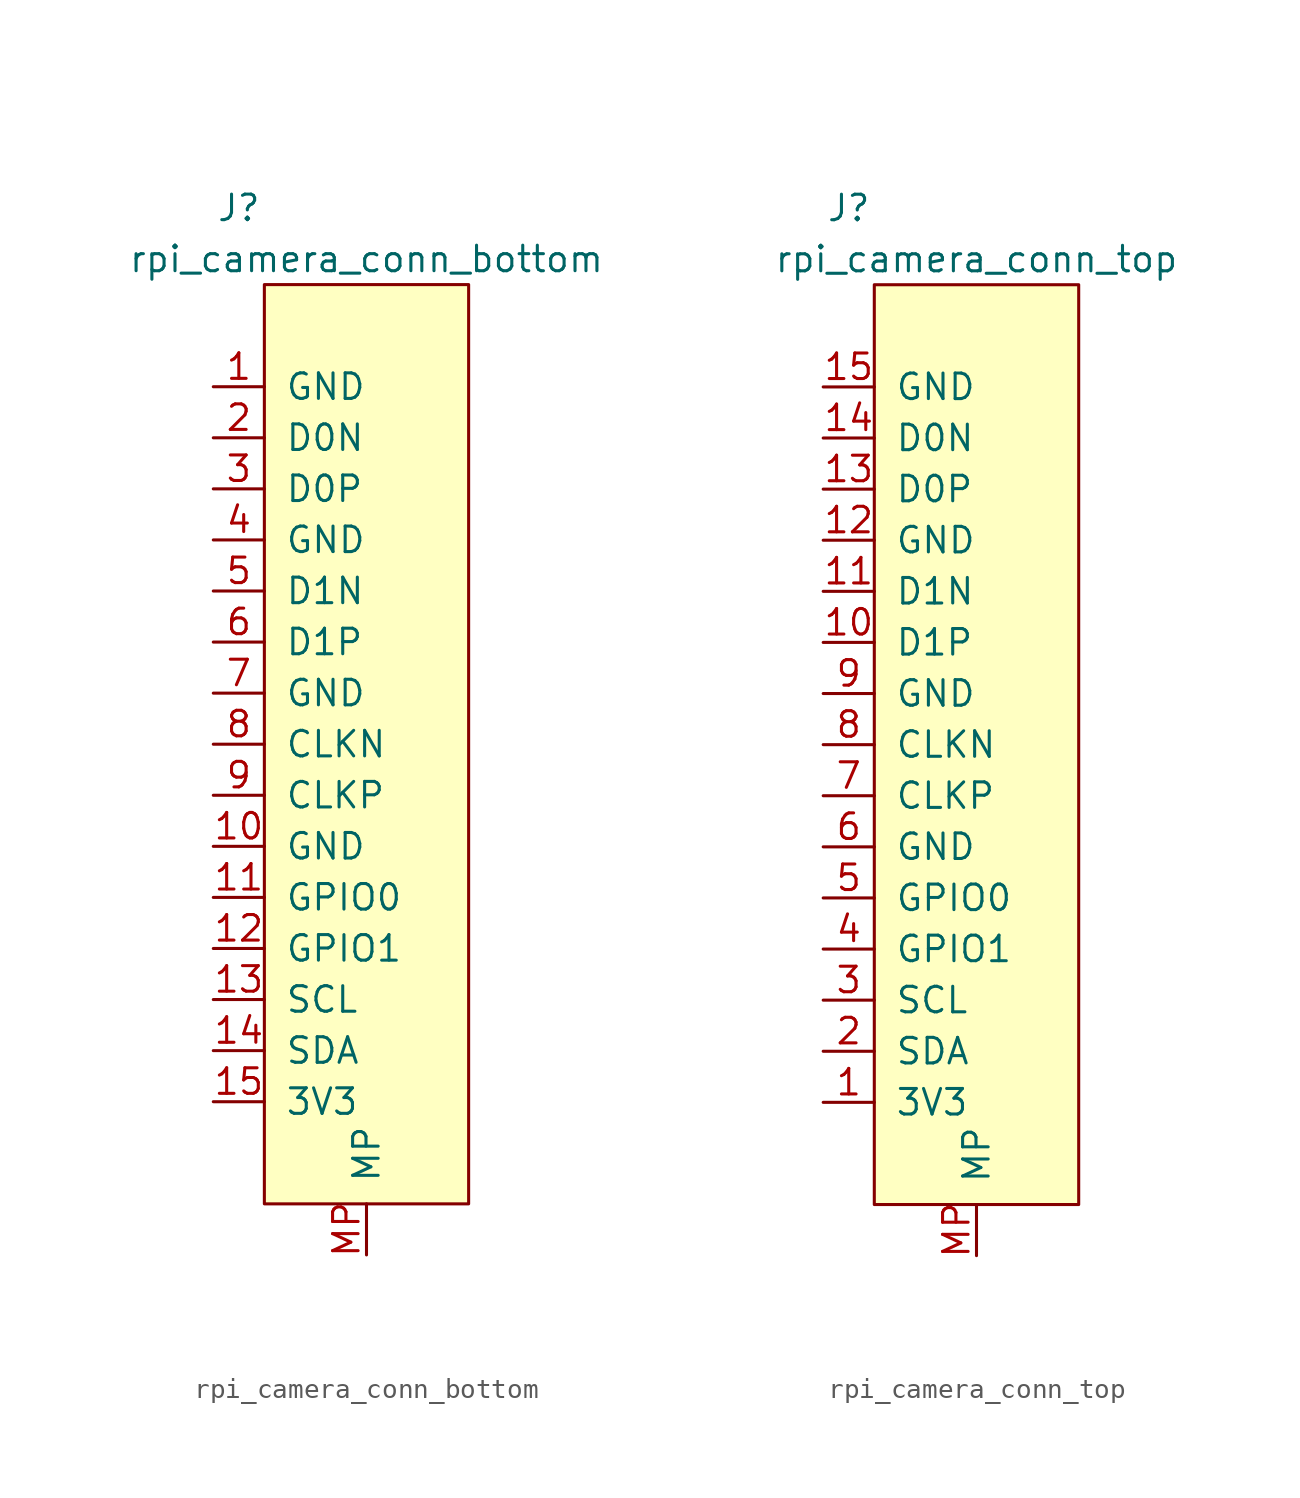
<source format=kicad_sym>
(kicad_symbol_lib
  (version 20211014)
  (generator kicad_symbol_editor)
  (symbol "rpi_camera_conn_bottom"
    (pin_names
      (offset 1.016))
    (property "Reference" "J"
      (at -6.35 26.67 0)
      (effects (font (size 1.27 1.27))))
    (property "Value" "rpi_camera_conn_bottom"
      (at 0 24.13 0)
      (effects (font (size 1.27 1.27))))
    (symbol "rpi_camera_conn_bottom_0_1"
      (rectangle (start -5.08 22.86) (end 5.08 -22.86) (stroke (width 0) (type default) (color 0 0 0 0)) (fill (type background))))
    (symbol "rpi_camera_conn_bottom_1_1"
      (pin passive line (at -7.62 17.78 0) (length 2.54) (name "GND" (effects (font (size 1.27 1.27)))) (number "1" (effects (font (size 1.27 1.27)))))
      (pin passive line (at -7.62 -5.08 0) (length 2.54) (name "GND" (effects (font (size 1.27 1.27)))) (number "10" (effects (font (size 1.27 1.27)))))
      (pin passive line (at -7.62 -7.62 0) (length 2.54) (name "GPIO0" (effects (font (size 1.27 1.27)))) (number "11" (effects (font (size 1.27 1.27)))))
      (pin passive line (at -7.62 -10.16 0) (length 2.54) (name "GPIO1" (effects (font (size 1.27 1.27)))) (number "12" (effects (font (size 1.27 1.27)))))
      (pin passive line (at -7.62 -12.7 0) (length 2.54) (name "SCL" (effects (font (size 1.27 1.27)))) (number "13" (effects (font (size 1.27 1.27)))))
      (pin passive line (at -7.62 -15.24 0) (length 2.54) (name "SDA" (effects (font (size 1.27 1.27)))) (number "14" (effects (font (size 1.27 1.27)))))
      (pin passive line (at -7.62 -17.78 0) (length 2.54) (name "3V3" (effects (font (size 1.27 1.27)))) (number "15" (effects (font (size 1.27 1.27)))))
      (pin passive line (at -7.62 15.24 0) (length 2.54) (name "D0N" (effects (font (size 1.27 1.27)))) (number "2" (effects (font (size 1.27 1.27)))))
      (pin passive line (at -7.62 12.7 0) (length 2.54) (name "D0P" (effects (font (size 1.27 1.27)))) (number "3" (effects (font (size 1.27 1.27)))))
      (pin passive line (at -7.62 10.16 0) (length 2.54) (name "GND" (effects (font (size 1.27 1.27)))) (number "4" (effects (font (size 1.27 1.27)))))
      (pin passive line (at -7.62 7.62 0) (length 2.54) (name "D1N" (effects (font (size 1.27 1.27)))) (number "5" (effects (font (size 1.27 1.27)))))
      (pin passive line (at -7.62 5.08 0) (length 2.54) (name "D1P" (effects (font (size 1.27 1.27)))) (number "6" (effects (font (size 1.27 1.27)))))
      (pin passive line (at -7.62 2.54 0) (length 2.54) (name "GND" (effects (font (size 1.27 1.27)))) (number "7" (effects (font (size 1.27 1.27)))))
      (pin passive line (at -7.62 0 0) (length 2.54) (name "CLKN" (effects (font (size 1.27 1.27)))) (number "8" (effects (font (size 1.27 1.27)))))
      (pin passive line (at -7.62 -2.54 0) (length 2.54) (name "CLKP" (effects (font (size 1.27 1.27)))) (number "9" (effects (font (size 1.27 1.27)))))
      (pin passive line (at 0 -25.4 90) (length 2.54) (name "MP" (effects (font (size 1.27 1.27)))) (number "MP" (effects (font (size 1.27 1.27)))))))
  (symbol "rpi_camera_conn_top"
    (pin_names
      (offset 1.016))
    (property "Reference" "J"
      (at -6.35 26.67 0)
      (effects (font (size 1.27 1.27))))
    (property "Value" "rpi_camera_conn_top"
      (at 0 24.13 0)
      (effects (font (size 1.27 1.27))))
    (symbol "rpi_camera_conn_top_0_1"
      (rectangle (start -5.08 22.86) (end 5.08 -22.86) (stroke (width 0) (type default) (color 0 0 0 0)) (fill (type background))))
    (symbol "rpi_camera_conn_top_1_1"
      (pin passive line (at -7.62 -17.78 0) (length 2.54) (name "3V3" (effects (font (size 1.27 1.27)))) (number "1" (effects (font (size 1.27 1.27)))))
      (pin passive line (at -7.62 5.08 0) (length 2.54) (name "D1P" (effects (font (size 1.27 1.27)))) (number "10" (effects (font (size 1.27 1.27)))))
      (pin passive line (at -7.62 7.62 0) (length 2.54) (name "D1N" (effects (font (size 1.27 1.27)))) (number "11" (effects (font (size 1.27 1.27)))))
      (pin passive line (at -7.62 10.16 0) (length 2.54) (name "GND" (effects (font (size 1.27 1.27)))) (number "12" (effects (font (size 1.27 1.27)))))
      (pin passive line (at -7.62 12.7 0) (length 2.54) (name "D0P" (effects (font (size 1.27 1.27)))) (number "13" (effects (font (size 1.27 1.27)))))
      (pin passive line (at -7.62 15.24 0) (length 2.54) (name "D0N" (effects (font (size 1.27 1.27)))) (number "14" (effects (font (size 1.27 1.27)))))
      (pin passive line (at -7.62 17.78 0) (length 2.54) (name "GND" (effects (font (size 1.27 1.27)))) (number "15" (effects (font (size 1.27 1.27)))))
      (pin passive line (at -7.62 -15.24 0) (length 2.54) (name "SDA" (effects (font (size 1.27 1.27)))) (number "2" (effects (font (size 1.27 1.27)))))
      (pin passive line (at -7.62 -12.7 0) (length 2.54) (name "SCL" (effects (font (size 1.27 1.27)))) (number "3" (effects (font (size 1.27 1.27)))))
      (pin passive line (at -7.62 -10.16 0) (length 2.54) (name "GPIO1" (effects (font (size 1.27 1.27)))) (number "4" (effects (font (size 1.27 1.27)))))
      (pin passive line (at -7.62 -7.62 0) (length 2.54) (name "GPIO0" (effects (font (size 1.27 1.27)))) (number "5" (effects (font (size 1.27 1.27)))))
      (pin passive line (at -7.62 -5.08 0) (length 2.54) (name "GND" (effects (font (size 1.27 1.27)))) (number "6" (effects (font (size 1.27 1.27)))))
      (pin passive line (at -7.62 -2.54 0) (length 2.54) (name "CLKP" (effects (font (size 1.27 1.27)))) (number "7" (effects (font (size 1.27 1.27)))))
      (pin passive line (at -7.62 0 0) (length 2.54) (name "CLKN" (effects (font (size 1.27 1.27)))) (number "8" (effects (font (size 1.27 1.27)))))
      (pin passive line (at -7.62 2.54 0) (length 2.54) (name "GND" (effects (font (size 1.27 1.27)))) (number "9" (effects (font (size 1.27 1.27)))))
      (pin passive line (at 0 -25.4 90) (length 2.54) (name "MP" (effects (font (size 1.27 1.27)))) (number "MP" (effects (font (size 1.27 1.27))))))))
</source>
